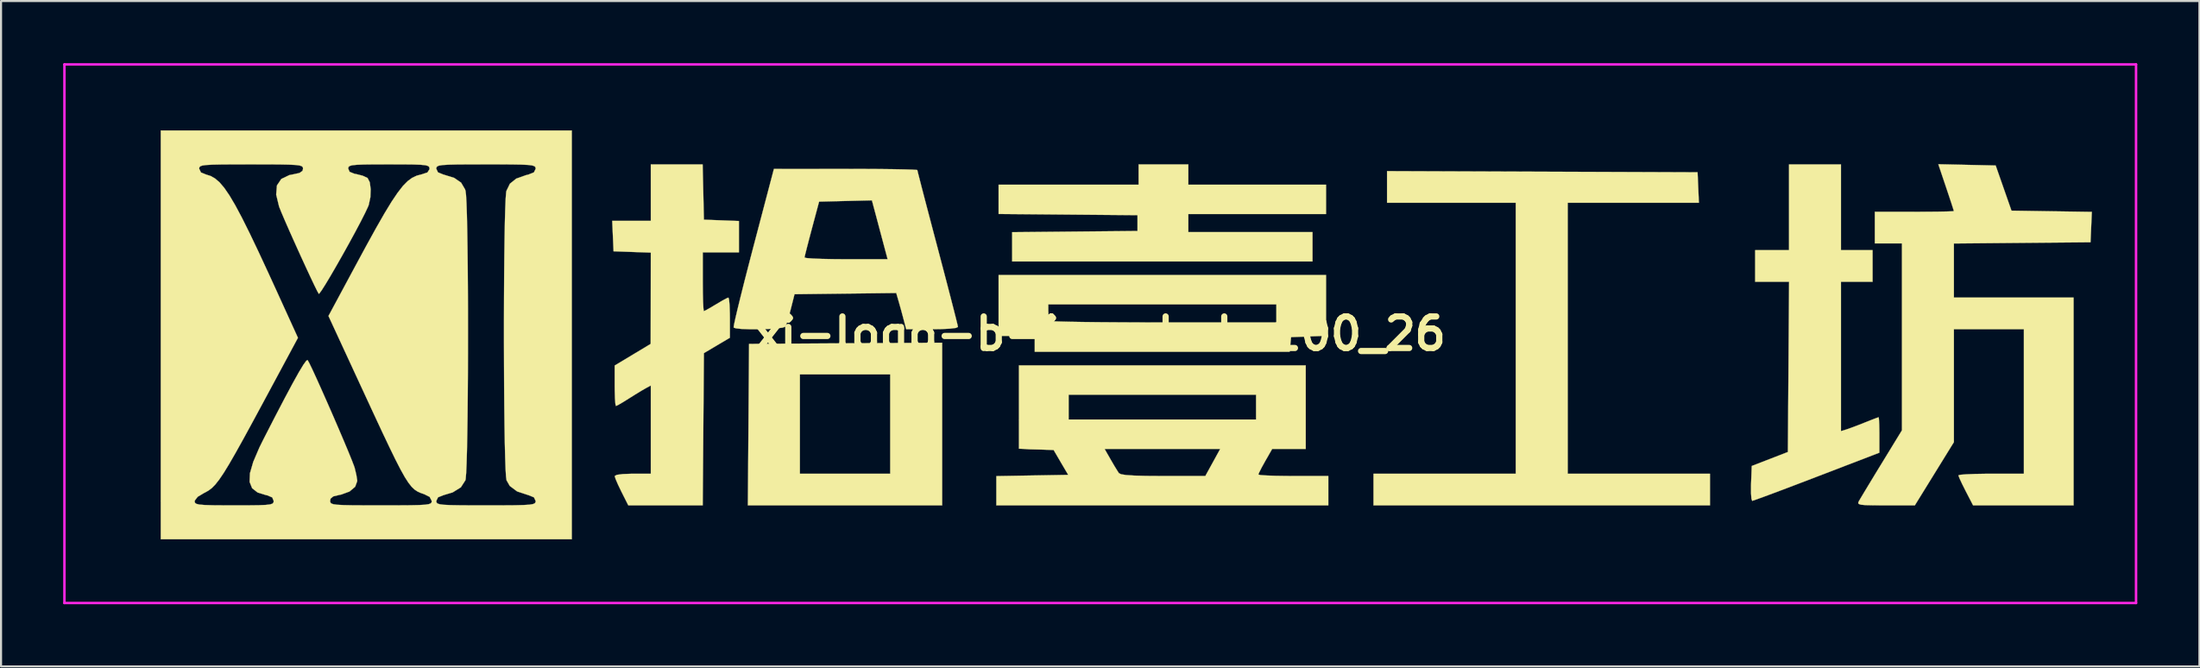
<source format=kicad_pcb>
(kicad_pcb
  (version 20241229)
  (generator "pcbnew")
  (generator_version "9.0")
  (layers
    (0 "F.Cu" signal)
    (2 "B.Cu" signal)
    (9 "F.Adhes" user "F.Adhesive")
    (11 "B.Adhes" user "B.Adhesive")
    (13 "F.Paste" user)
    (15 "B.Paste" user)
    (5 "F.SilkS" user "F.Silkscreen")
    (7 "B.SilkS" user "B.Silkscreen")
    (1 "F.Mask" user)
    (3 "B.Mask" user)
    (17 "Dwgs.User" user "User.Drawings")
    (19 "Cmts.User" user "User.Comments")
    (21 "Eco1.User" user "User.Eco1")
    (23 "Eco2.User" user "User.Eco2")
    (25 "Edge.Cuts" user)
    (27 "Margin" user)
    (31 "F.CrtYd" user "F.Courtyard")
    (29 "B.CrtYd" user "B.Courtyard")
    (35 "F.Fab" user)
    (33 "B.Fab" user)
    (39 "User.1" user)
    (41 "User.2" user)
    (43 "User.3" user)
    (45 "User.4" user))
  (footprint "xi-logo-b-inverted-100_26"
    (layer "F.Cu")
    (at 50.06 13.06)
    (property "Reference" "xi-logo-b-inverted-100_26" (at 0 0 0) (layer "F.SilkS") (effects (font (size 1.524 1.524) (thickness 0.3))))
    (attr through_hole)
    (fp_poly (pts (xy -7.631 8.285) (xy -17.009 8.285) (xy -16.98 4.388) (xy -16.962 1.962) (xy -14.499 1.962) (xy -14.499 6.759) (xy -10.138 6.759) (xy -10.138 1.962) (xy -14.499 1.962) (xy -16.962 1.962) (xy -16.952 0.491) (xy -12.291 0.462) (xy -7.631 0.434) (xy -7.631 8.285)) (stroke (width 0.01) (type solid)) (fill yes) (layer "F.SilkS"))
    (fp_poly (pts (xy 21.339 -7.822) (xy 28.834 -7.794) (xy 28.898 -6.323) (xy 22.566 -6.323) (xy 22.566 6.759) (xy 29.433 6.759) (xy 29.433 8.285) (xy 13.191 8.285) (xy 13.191 6.759) (xy 20.058 6.759) (xy 20.058 -6.323) (xy 13.845 -6.323) (xy 13.845 -7.85) (xy 21.339 -7.822)) (stroke (width 0.01) (type solid)) (fill yes) (layer "F.SilkS"))
    (fp_poly (pts (xy 4.252 -7.195) (xy 10.901 -7.195) (xy 10.901 -5.778) (xy 4.252 -5.778) (xy 4.252 -4.906) (xy 10.247 -4.906) (xy 10.247 -3.488) (xy -4.252 -3.488) (xy -4.252 -4.902) (xy -1.226 -4.931) (xy 1.799 -4.96) (xy 1.799 -5.723) (xy -1.553 -5.752) (xy -4.906 -5.781) (xy -4.906 -7.195) (xy 1.853 -7.195) (xy 1.853 -8.176) (xy 4.252 -8.176) (xy 4.252 -7.195)) (stroke (width 0.01) (type solid)) (fill yes) (layer "F.SilkS"))
    (fp_poly (pts (xy 10.901 0.1) (xy 9.212 0.164) (xy 9.177 0.518) (xy 9.143 0.872) (xy -3.161 0.872) (xy -3.161 0.109) (xy -4.906 0.109) (xy -4.906 -1.417) (xy -2.507 -1.417) (xy -2.507 -1.054) (xy -2.487 -0.784) (xy -2.439 -0.623) (xy -2.435 -0.618) (xy -2.314 -0.603) (xy -1.997 -0.59) (xy -1.504 -0.578) (xy -0.856 -0.567) (xy -0.075 -0.558) (xy 0.82 -0.552) (xy 1.806 -0.547) (xy 2.863 -0.545) (xy 3.071 -0.545) (xy 8.503 -0.545) (xy 8.503 -1.417) (xy -2.507 -1.417) (xy -4.906 -1.417) (xy -4.906 -2.834) (xy 10.901 -2.834) (xy 10.901 0.1)) (stroke (width 0.01) (type solid)) (fill yes) (layer "F.SilkS"))
    (fp_poly (pts (xy 35.756 -4.033) (xy 37.282 -4.033) (xy 37.282 -2.507) (xy 35.756 -2.507) (xy 35.756 4.702) (xy 36.002 4.627) (xy 36.232 4.547) (xy 36.581 4.416) (xy 36.892 4.293) (xy 37.231 4.159) (xy 37.477 4.065) (xy 37.574 4.033) (xy 37.59 4.134) (xy 37.603 4.4) (xy 37.609 4.78) (xy 37.609 4.888) (xy 37.609 5.743) (xy 34.582 6.905) (xy 33.816 7.198) (xy 33.116 7.464) (xy 32.507 7.693) (xy 32.015 7.876) (xy 31.667 8.002) (xy 31.488 8.063) (xy 31.471 8.067) (xy 31.435 7.967) (xy 31.415 7.702) (xy 31.415 7.323) (xy 31.418 7.225) (xy 31.45 6.384) (xy 33.194 5.709) (xy 33.223 1.601) (xy 33.252 -2.507) (xy 31.614 -2.507) (xy 31.614 -4.033) (xy 33.249 -4.033) (xy 33.249 -8.176) (xy 35.756 -8.176) (xy 35.756 -4.033)) (stroke (width 0.01) (type solid)) (fill yes) (layer "F.SilkS"))
    (fp_poly (pts (xy 9.92 5.56) (xy 8.301 5.56) (xy 7.966 6.145) (xy 7.79 6.463) (xy 7.669 6.702) (xy 7.631 6.799) (xy 7.734 6.823) (xy 8.018 6.843) (xy 8.445 6.858) (xy 8.98 6.866) (xy 9.321 6.868) (xy 11.01 6.868) (xy 11.01 8.285) (xy -5.015 8.285) (xy -5.015 6.873) (xy -3.28 6.843) (xy -1.546 6.813) (xy -1.898 6.214) (xy -2.249 5.614) (xy -3.683 5.56) (xy 0.209 5.56) (xy 0.505 6.077) (xy 0.69 6.394) (xy 0.844 6.643) (xy 0.904 6.732) (xy 1.009 6.784) (xy 1.248 6.822) (xy 1.641 6.848) (xy 2.208 6.863) (xy 2.972 6.868) (xy 3.041 6.868) (xy 5.073 6.868) (xy 5.433 6.214) (xy 5.792 5.56) (xy 0.209 5.56) (xy -3.683 5.56) (xy -3.924 5.55) (xy -3.924 2.943) (xy -1.526 2.943) (xy -1.526 4.142) (xy 7.522 4.142) (xy 7.522 2.943) (xy -1.526 2.943) (xy -3.924 2.943) (xy -3.924 1.526) (xy 9.92 1.526) (xy 9.92 5.56)) (stroke (width 0.01) (type solid)) (fill yes) (layer "F.SilkS"))
    (fp_poly (pts (xy 41.84 -8.152) (xy 43.224 -8.121) (xy 43.987 -5.941) (xy 45.927 -5.911) (xy 47.866 -5.882) (xy 47.834 -5.148) (xy 47.802 -4.415) (xy 44.505 -4.386) (xy 41.207 -4.357) (xy 41.207 -1.744) (xy 46.985 -1.744) (xy 46.985 8.285) (xy 44.559 8.285) (xy 42.133 8.284) (xy 41.779 7.599) (xy 41.604 7.25) (xy 41.477 6.978) (xy 41.425 6.839) (xy 41.425 6.836) (xy 41.528 6.809) (xy 41.81 6.786) (xy 42.233 6.769) (xy 42.76 6.76) (xy 43.006 6.759) (xy 44.586 6.759) (xy 44.586 -0.218) (xy 41.207 -0.218) (xy 41.207 5.234) (xy 39.322 8.285) (xy 37.917 8.285) (xy 37.343 8.283) (xy 36.955 8.274) (xy 36.721 8.253) (xy 36.61 8.216) (xy 36.589 8.157) (xy 36.615 8.094) (xy 36.704 7.941) (xy 36.886 7.637) (xy 37.14 7.217) (xy 37.445 6.714) (xy 37.709 6.283) (xy 38.7 4.662) (xy 38.7 -4.361) (xy 37.391 -4.361) (xy 37.391 -5.887) (xy 39.299 -5.887) (xy 39.917 -5.888) (xy 40.451 -5.893) (xy 40.867 -5.901) (xy 41.13 -5.91) (xy 41.207 -5.92) (xy 41.174 -6.03) (xy 41.086 -6.303) (xy 40.956 -6.695) (xy 40.831 -7.068) (xy 40.456 -8.182) (xy 41.84 -8.152)) (stroke (width 0.01) (type solid)) (fill yes) (layer "F.SilkS"))
    (fp_poly (pts (xy -19.162 -6.841) (xy -19.132 -5.505) (xy -18.287 -5.473) (xy -17.442 -5.441) (xy -17.442 -3.924) (xy -19.186 -3.924) (xy -19.186 -2.507) (xy -19.182 -1.98) (xy -19.172 -1.542) (xy -19.156 -1.233) (xy -19.137 -1.094) (xy -19.133 -1.09) (xy -19.019 -1.143) (xy -18.779 -1.279) (xy -18.549 -1.417) (xy -18.249 -1.595) (xy -18.027 -1.714) (xy -17.948 -1.744) (xy -17.917 -1.643) (xy -17.893 -1.373) (xy -17.88 -0.983) (xy -17.878 -0.775) (xy -17.878 0.194) (xy -18.505 0.565) (xy -19.132 0.937) (xy -19.16 4.611) (xy -19.189 8.285) (xy -22.781 8.285) (xy -23.109 7.634) (xy -23.277 7.286) (xy -23.395 7.011) (xy -23.438 6.871) (xy -23.335 6.813) (xy -23.048 6.775) (xy -22.613 6.759) (xy -22.566 6.759) (xy -21.694 6.759) (xy -21.694 2.5) (xy -21.935 2.629) (xy -22.158 2.758) (xy -22.482 2.956) (xy -22.748 3.123) (xy -23.055 3.314) (xy -23.285 3.447) (xy -23.378 3.488) (xy -23.404 3.388) (xy -23.425 3.117) (xy -23.436 2.727) (xy -23.438 2.512) (xy -23.438 1.535) (xy -22.57 1.013) (xy -21.701 0.491) (xy -21.694 -3.916) (xy -23.492 -3.979) (xy -23.525 -4.715) (xy -23.557 -5.451) (xy -21.694 -5.451) (xy -21.694 -8.176) (xy -19.193 -8.176) (xy -19.162 -6.841)) (stroke (width 0.01) (type solid)) (fill yes) (layer "F.SilkS"))
    (fp_poly (pts (xy -11.447 -7.955) (xy -10.678 -7.951) (xy -10.009 -7.943) (xy -9.466 -7.933) (xy -9.075 -7.921) (xy -8.862 -7.908) (xy -8.83 -7.9) (xy -8.803 -7.784) (xy -8.726 -7.483) (xy -8.607 -7.019) (xy -8.45 -6.417) (xy -8.262 -5.702) (xy -8.05 -4.897) (xy -7.849 -4.137) (xy -7.621 -3.271) (xy -7.411 -2.471) (xy -7.227 -1.762) (xy -7.074 -1.168) (xy -6.959 -0.714) (xy -6.888 -0.424) (xy -6.868 -0.325) (xy -6.972 -0.279) (xy -7.262 -0.244) (xy -7.708 -0.223) (xy -8.117 -0.218) (xy -9.367 -0.218) (xy -9.488 -0.681) (xy -9.597 -1.09) (xy -9.711 -1.496) (xy -9.728 -1.555) (xy -9.847 -1.966) (xy -12.302 -1.937) (xy -14.757 -1.908) (xy -14.939 -1.187) (xy -15.042 -0.804) (xy -15.136 -0.499) (xy -15.198 -0.342) (xy -15.33 -0.294) (xy -15.624 -0.256) (xy -16.025 -0.23) (xy -16.477 -0.217) (xy -16.926 -0.217) (xy -17.316 -0.231) (xy -17.592 -0.261) (xy -17.697 -0.3) (xy -17.681 -0.42) (xy -17.615 -0.728) (xy -17.505 -1.197) (xy -17.356 -1.804) (xy -17.175 -2.526) (xy -16.966 -3.337) (xy -16.877 -3.679) (xy -14.275 -3.679) (xy -14.174 -3.653) (xy -13.888 -3.631) (xy -13.452 -3.613) (xy -12.9 -3.602) (xy -12.272 -3.597) (xy -10.263 -3.597) (xy -10.532 -4.606) (xy -10.664 -5.1) (xy -10.787 -5.564) (xy -10.883 -5.923) (xy -10.911 -6.026) (xy -11.021 -6.439) (xy -12.296 -6.408) (xy -13.571 -6.377) (xy -13.921 -5.069) (xy -14.055 -4.563) (xy -14.166 -4.134) (xy -14.243 -3.826) (xy -14.275 -3.682) (xy -14.275 -3.679) (xy -16.877 -3.679) (xy -16.749 -4.169) (xy -15.752 -7.956) (xy -12.291 -7.957) (xy -11.447 -7.955)) (stroke (width 0.01) (type solid)) (fill yes) (layer "F.SilkS"))
    (fp_poly (pts (xy -25.509 9.92) (xy -45.349 9.92) (xy -45.349 8.091) (xy -43.714 8.091) (xy -43.699 8.161) (xy -43.633 8.212) (xy -43.487 8.247) (xy -43.231 8.268) (xy -42.835 8.28) (xy -42.27 8.284) (xy -41.806 8.285) (xy -41.12 8.284) (xy -40.621 8.278) (xy -40.28 8.264) (xy -40.068 8.239) (xy -39.953 8.2) (xy -39.907 8.142) (xy -39.899 8.072) (xy -39.968 7.903) (xy -40.202 7.803) (xy -40.271 7.789) (xy -40.676 7.664) (xy -40.94 7.457) (xy -41.062 7.151) (xy -41.044 6.733) (xy -40.885 6.185) (xy -40.588 5.491) (xy -40.391 5.093) (xy -39.83 4) (xy -39.359 3.099) (xy -38.976 2.384) (xy -38.678 1.85) (xy -38.461 1.491) (xy -38.322 1.302) (xy -38.263 1.272) (xy -38.186 1.407) (xy -38.04 1.708) (xy -37.839 2.144) (xy -37.598 2.68) (xy -37.331 3.282) (xy -37.053 3.916) (xy -36.779 4.55) (xy -36.524 5.148) (xy -36.301 5.679) (xy -36.127 6.107) (xy -36.015 6.399) (xy -35.987 6.486) (xy -35.91 6.811) (xy -35.868 7.071) (xy -35.866 7.113) (xy -35.966 7.388) (xy -36.239 7.617) (xy -36.64 7.764) (xy -36.721 7.779) (xy -37.02 7.851) (xy -37.153 7.96) (xy -37.173 8.068) (xy -37.165 8.138) (xy -37.123 8.191) (xy -37.021 8.23) (xy -36.832 8.256) (xy -36.529 8.272) (xy -36.087 8.281) (xy -35.479 8.284) (xy -34.721 8.285) (xy -33.929 8.284) (xy -33.328 8.28) (xy -32.893 8.271) (xy -32.596 8.254) (xy -32.412 8.227) (xy -32.314 8.188) (xy -32.274 8.134) (xy -32.268 8.075) (xy -32.37 7.877) (xy -32.631 7.746) (xy -32.803 7.686) (xy -32.955 7.617) (xy -33.098 7.523) (xy -33.242 7.386) (xy -33.396 7.189) (xy -33.571 6.917) (xy -33.775 6.552) (xy -34.019 6.077) (xy -34.312 5.476) (xy -34.665 4.733) (xy -35.086 3.83) (xy -35.586 2.75) (xy -35.752 2.392) (xy -37.254 -0.857) (xy -36.004 -3.181) (xy -35.439 -4.226) (xy -34.96 -5.094) (xy -34.555 -5.802) (xy -34.212 -6.366) (xy -33.918 -6.803) (xy -33.662 -7.132) (xy -33.43 -7.368) (xy -33.212 -7.528) (xy -32.994 -7.63) (xy -32.764 -7.691) (xy -32.755 -7.693) (xy -32.478 -7.785) (xy -32.379 -7.938) (xy -32.377 -7.967) (xy -32.05 -7.967) (xy -31.969 -7.79) (xy -31.705 -7.683) (xy -31.695 -7.681) (xy -31.185 -7.523) (xy -30.851 -7.293) (xy -30.66 -6.967) (xy -30.638 -6.895) (xy -30.614 -6.696) (xy -30.592 -6.305) (xy -30.573 -5.745) (xy -30.557 -5.039) (xy -30.544 -4.211) (xy -30.533 -3.285) (xy -30.526 -2.282) (xy -30.521 -1.229) (xy -30.52 -0.146) (xy -30.521 0.941) (xy -30.525 2.01) (xy -30.532 3.037) (xy -30.541 3.999) (xy -30.554 4.871) (xy -30.569 5.632) (xy -30.587 6.257) (xy -30.608 6.723) (xy -30.631 7.006) (xy -30.644 7.073) (xy -30.863 7.414) (xy -31.258 7.659) (xy -31.695 7.79) (xy -31.964 7.896) (xy -32.05 8.07) (xy -32.05 8.076) (xy -32.04 8.144) (xy -31.993 8.195) (xy -31.882 8.233) (xy -31.68 8.258) (xy -31.361 8.273) (xy -30.897 8.281) (xy -30.263 8.285) (xy -29.652 8.285) (xy -28.869 8.284) (xy -28.279 8.28) (xy -27.853 8.27) (xy -27.564 8.253) (xy -27.387 8.225) (xy -27.294 8.184) (xy -27.258 8.129) (xy -27.253 8.076) (xy -27.334 7.899) (xy -27.598 7.792) (xy -27.608 7.79) (xy -28.149 7.612) (xy -28.503 7.347) (xy -28.659 7.073) (xy -28.684 6.892) (xy -28.706 6.517) (xy -28.725 5.971) (xy -28.742 5.277) (xy -28.756 4.459) (xy -28.767 3.54) (xy -28.775 2.543) (xy -28.78 1.493) (xy -28.783 0.412) (xy -28.783 -0.676) (xy -28.78 -1.747) (xy -28.774 -2.779) (xy -28.765 -3.747) (xy -28.753 -4.629) (xy -28.739 -5.4) (xy -28.721 -6.038) (xy -28.701 -6.518) (xy -28.678 -6.819) (xy -28.665 -6.895) (xy -28.496 -7.242) (xy -28.191 -7.487) (xy -27.715 -7.656) (xy -27.608 -7.681) (xy -27.339 -7.787) (xy -27.253 -7.961) (xy -27.253 -7.967) (xy -27.263 -8.035) (xy -27.31 -8.086) (xy -27.421 -8.124) (xy -27.623 -8.149) (xy -27.942 -8.164) (xy -28.406 -8.172) (xy -29.04 -8.176) (xy -29.652 -8.176) (xy -30.434 -8.175) (xy -31.024 -8.171) (xy -31.45 -8.161) (xy -31.739 -8.144) (xy -31.916 -8.116) (xy -32.009 -8.075) (xy -32.045 -8.02) (xy -32.05 -7.967) (xy -32.377 -7.967) (xy -32.377 -7.97) (xy -32.389 -8.043) (xy -32.444 -8.097) (xy -32.572 -8.134) (xy -32.803 -8.157) (xy -33.165 -8.17) (xy -33.689 -8.175) (xy -34.339 -8.176) (xy -35.038 -8.175) (xy -35.548 -8.169) (xy -35.899 -8.155) (xy -36.12 -8.131) (xy -36.241 -8.093) (xy -36.292 -8.038) (xy -36.301 -7.972) (xy -36.233 -7.815) (xy -35.999 -7.721) (xy -35.91 -7.705) (xy -35.604 -7.628) (xy -35.379 -7.525) (xy -35.365 -7.514) (xy -35.261 -7.312) (xy -35.217 -6.977) (xy -35.232 -6.589) (xy -35.309 -6.225) (xy -35.342 -6.137) (xy -35.488 -5.827) (xy -35.701 -5.407) (xy -35.965 -4.909) (xy -36.261 -4.366) (xy -36.571 -3.809) (xy -36.877 -3.271) (xy -37.161 -2.782) (xy -37.405 -2.376) (xy -37.591 -2.084) (xy -37.701 -1.937) (xy -37.721 -1.927) (xy -37.794 -2.055) (xy -37.938 -2.346) (xy -38.136 -2.763) (xy -38.371 -3.269) (xy -38.627 -3.827) (xy -38.887 -4.402) (xy -39.134 -4.954) (xy -39.351 -5.449) (xy -39.522 -5.849) (xy -39.63 -6.117) (xy -39.64 -6.146) (xy -39.778 -6.717) (xy -39.742 -7.158) (xy -39.531 -7.471) (xy -39.143 -7.657) (xy -38.97 -7.691) (xy -38.654 -7.76) (xy -38.508 -7.861) (xy -38.482 -7.97) (xy -38.492 -8.036) (xy -38.54 -8.086) (xy -38.653 -8.123) (xy -38.855 -8.148) (xy -39.174 -8.163) (xy -39.636 -8.172) (xy -40.266 -8.175) (xy -40.989 -8.176) (xy -41.791 -8.175) (xy -42.401 -8.171) (xy -42.845 -8.162) (xy -43.149 -8.146) (xy -43.341 -8.12) (xy -43.445 -8.082) (xy -43.488 -8.03) (xy -43.496 -7.967) (xy -43.41 -7.785) (xy -43.158 -7.683) (xy -42.94 -7.614) (xy -42.729 -7.494) (xy -42.513 -7.309) (xy -42.285 -7.042) (xy -42.035 -6.677) (xy -41.753 -6.2) (xy -41.43 -5.595) (xy -41.056 -4.845) (xy -40.622 -3.936) (xy -40.119 -2.852) (xy -39.754 -2.055) (xy -38.728 0.197) (xy -40.362 3.233) (xy -40.908 4.244) (xy -41.364 5.08) (xy -41.743 5.76) (xy -42.055 6.301) (xy -42.313 6.722) (xy -42.529 7.041) (xy -42.714 7.276) (xy -42.88 7.446) (xy -43.039 7.567) (xy -43.203 7.66) (xy -43.251 7.683) (xy -43.569 7.873) (xy -43.71 8.058) (xy -43.714 8.091) (xy -45.349 8.091) (xy -45.349 -9.811) (xy -25.509 -9.811) (xy -25.509 9.92)) (stroke (width 0.01) (type solid)) (fill yes) (layer "F.SilkS"))
    (fp_line (start -50 -13) (end 50 -13) (stroke (width 0.12) (type solid)) (layer "F.CrtYd"))
    (fp_line (start -50 13) (end -50 -13) (stroke (width 0.12) (type solid)) (layer "F.CrtYd"))
    (fp_line (start 50 -13) (end 50 13) (stroke (width 0.12) (type solid)) (layer "F.CrtYd"))
    (fp_line (start 50 13) (end -50 13) (stroke (width 0.12) (type solid)) (layer "F.CrtYd")))
  (gr_rect
    (start -3 -3)
    (end 103.12 29.12)
    (stroke (width 0.1) (type default))
    (fill no)
    (layer "Edge.Cuts")))
</source>
